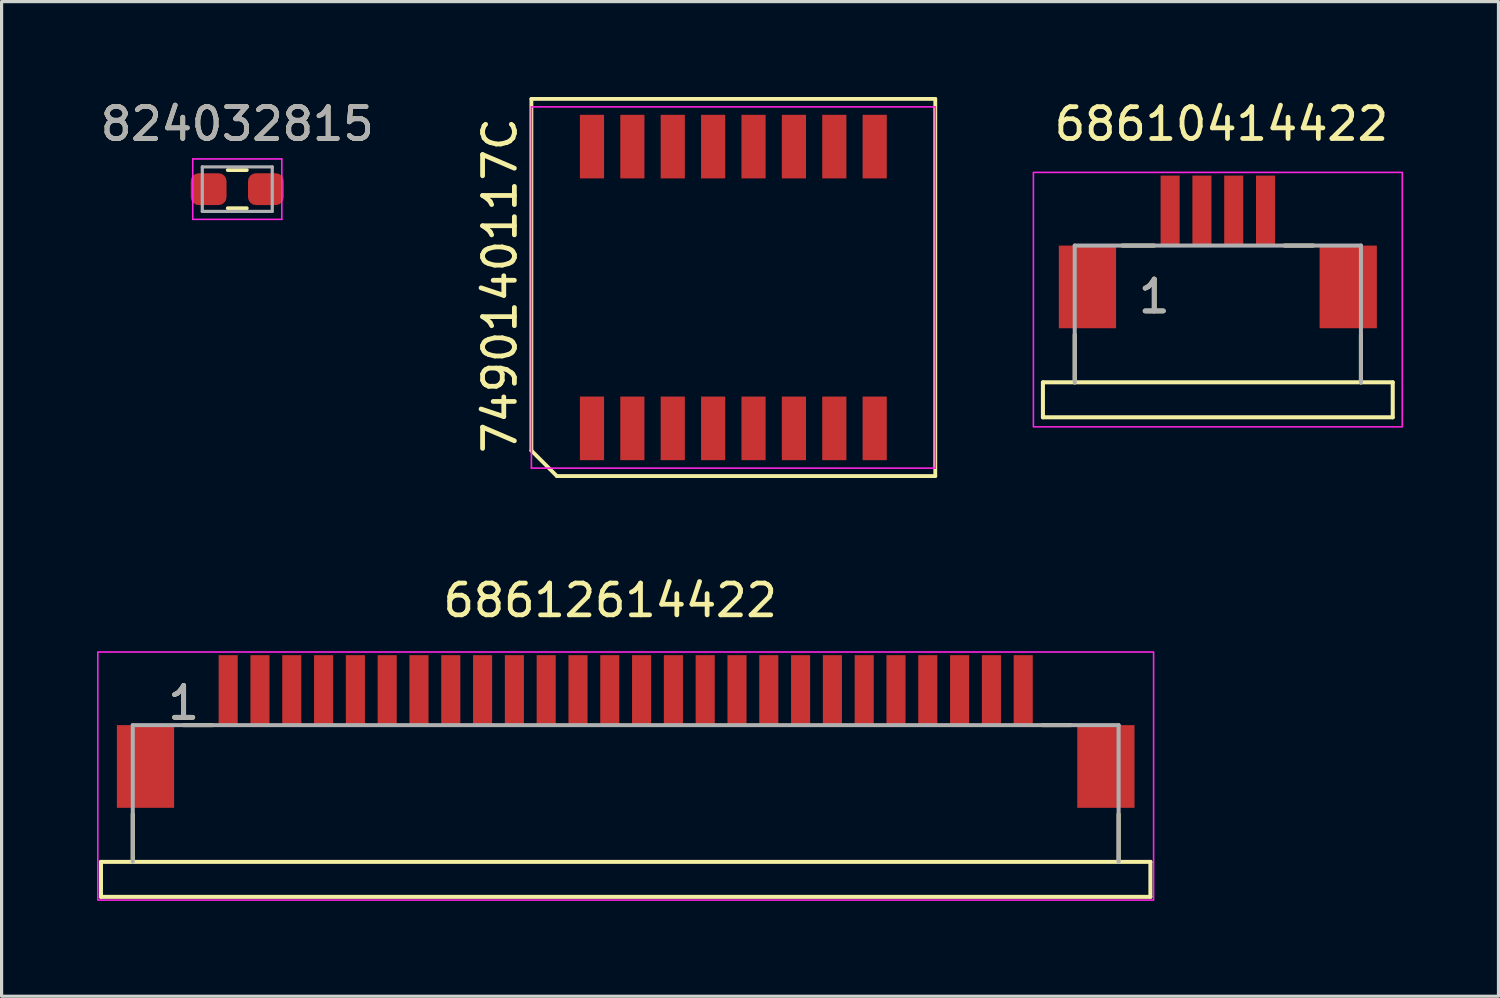
<source format=kicad_pcb>
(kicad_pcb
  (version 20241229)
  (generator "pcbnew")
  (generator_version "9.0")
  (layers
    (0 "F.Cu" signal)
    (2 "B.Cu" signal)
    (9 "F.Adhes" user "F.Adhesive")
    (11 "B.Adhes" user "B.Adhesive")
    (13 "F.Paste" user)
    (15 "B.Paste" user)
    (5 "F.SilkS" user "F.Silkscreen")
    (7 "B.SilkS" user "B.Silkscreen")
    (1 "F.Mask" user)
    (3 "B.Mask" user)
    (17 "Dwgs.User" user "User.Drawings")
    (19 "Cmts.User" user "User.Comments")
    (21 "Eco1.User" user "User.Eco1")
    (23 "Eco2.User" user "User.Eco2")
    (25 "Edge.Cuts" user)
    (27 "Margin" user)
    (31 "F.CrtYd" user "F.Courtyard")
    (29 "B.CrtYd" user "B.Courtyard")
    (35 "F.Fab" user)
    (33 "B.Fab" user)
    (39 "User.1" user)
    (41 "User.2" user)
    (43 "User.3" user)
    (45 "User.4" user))
  (footprint "68610414422"
    (layer "F.Cu")
    (at 35.245 5.972)
    (property "Reference" "68610414422" (at 0.113 -5.123 0) (layer "F.SilkS") (effects (font (size 1 1) (thickness 0.15))))
    (attr through_hole)
    (fp_line (start -5.5 3) (end -4.5 3) (stroke (width 0.127) (type solid)) (layer "F.SilkS"))
    (fp_line (start -5.5 4.1) (end -5.5 3) (stroke (width 0.127) (type solid)) (layer "F.SilkS"))
    (fp_line (start -4.5 1.5) (end -4.5 3) (stroke (width 0.127) (type solid)) (layer "F.SilkS"))
    (fp_line (start -4.5 3) (end 4.5 3) (stroke (width 0.127) (type solid)) (layer "F.SilkS"))
    (fp_line (start -3 -1.3) (end -2 -1.3) (stroke (width 0.127) (type solid)) (layer "F.SilkS"))
    (fp_line (start 2.1 -1.3) (end 3 -1.3) (stroke (width 0.127) (type solid)) (layer "F.SilkS"))
    (fp_line (start 4.5 3) (end 4.5 1.5) (stroke (width 0.127) (type solid)) (layer "F.SilkS"))
    (fp_line (start 4.5 3) (end 5.5 3) (stroke (width 0.127) (type solid)) (layer "F.SilkS"))
    (fp_line (start 5.5 3) (end 5.5 4.1) (stroke (width 0.127) (type solid)) (layer "F.SilkS"))
    (fp_line (start 5.5 4.1) (end -5.5 4.1) (stroke (width 0.127) (type solid)) (layer "F.SilkS"))
    (fp_rect (start -5.8 -3.6) (end 5.8 4.4) (stroke (width 0.05) (type solid)) (fill no) (layer "F.CrtYd"))
    (fp_line (start -4.5 -1.3) (end 4.5 -1.3) (stroke (width 0.127) (type solid)) (layer "F.Fab"))
    (fp_line (start -4.5 3) (end -4.5 -1.3) (stroke (width 0.127) (type solid)) (layer "F.Fab"))
    (fp_line (start 4.5 -1.3) (end 4.5 3) (stroke (width 0.127) (type solid)) (layer "F.Fab"))
    (fp_text user "1" (at -2 0.3 0) (layer "F.SilkS") (effects (font (size 1 1) (thickness 0.15))))
    (fp_text user "1" (at -2 0.3 0) (layer "F.Fab") (effects (font (size 1 1) (thickness 0.15))))
    (pad "1" smd rect (at -1.5 -2.4) (size 0.6 2.2) (layers "F.Cu" "F.Mask" "F.Paste"))
    (pad "2" smd rect (at -0.5 -2.4) (size 0.6 2.2) (layers "F.Cu" "F.Mask" "F.Paste"))
    (pad "3" smd rect (at 0.5 -2.4) (size 0.6 2.2) (layers "F.Cu" "F.Mask" "F.Paste"))
    (pad "4" smd rect (at 1.5 -2.4) (size 0.6 2.2) (layers "F.Cu" "F.Mask" "F.Paste"))
    (pad "Z1" smd rect (at -4.1 0) (size 1.8 2.6) (layers "F.Cu" "F.Mask" "F.Paste"))
    (pad "Z2" smd rect (at 4.1 0) (size 1.8 2.6) (layers "F.Cu" "F.Mask" "F.Paste")))
  (footprint "7490140117C"
    (layer "F.Cu")
    (at 20.01 5.99)
    (property "Reference" "7490140117C" (at -7.34 -0.06 90) (layer "F.SilkS") (effects (font (size 1 1) (thickness 0.15))))
    (attr smd)
    (fp_line (start -6.35 -5.93) (end 6.35 -5.93) (stroke (width 0.12) (type solid)) (layer "F.SilkS"))
    (fp_line (start -6.35 5.13) (end -6.35 -5.93) (stroke (width 0.12) (type solid)) (layer "F.SilkS"))
    (fp_line (start -5.55 5.93) (end -6.35 5.13) (stroke (width 0.12) (type solid)) (layer "F.SilkS"))
    (fp_line (start 6.35 -5.93) (end 6.35 5.93) (stroke (width 0.12) (type solid)) (layer "F.SilkS"))
    (fp_line (start 6.35 5.93) (end -5.55 5.93) (stroke (width 0.12) (type solid)) (layer "F.SilkS"))
    (fp_line (start -6.35 -5.68) (end 6.35 -5.68) (stroke (width 0.05) (type solid)) (layer "F.CrtYd"))
    (fp_line (start -6.35 5.68) (end -6.35 -5.68) (stroke (width 0.05) (type solid)) (layer "F.CrtYd"))
    (fp_line (start 6.35 -5.68) (end 6.35 5.68) (stroke (width 0.05) (type solid)) (layer "F.CrtYd"))
    (fp_line (start 6.35 5.68) (end -6.35 5.68) (stroke (width 0.05) (type solid)) (layer "F.CrtYd"))
    (pad "1" smd rect (at -4.445 4.43) (size 0.76 2) (layers "F.Cu" "F.Mask" "F.Paste"))
    (pad "2" smd rect (at -3.175 4.43) (size 0.76 2) (layers "F.Cu" "F.Mask" "F.Paste"))
    (pad "3" smd rect (at -1.905 4.43) (size 0.76 2) (layers "F.Cu" "F.Mask" "F.Paste"))
    (pad "4" smd rect (at -0.635 4.43) (size 0.76 2) (layers "F.Cu" "F.Mask" "F.Paste"))
    (pad "5" smd rect (at 0.635 4.43) (size 0.76 2) (layers "F.Cu" "F.Mask" "F.Paste"))
    (pad "6" smd rect (at 1.905 4.43) (size 0.76 2) (layers "F.Cu" "F.Mask" "F.Paste"))
    (pad "7" smd rect (at 3.175 4.43) (size 0.76 2) (layers "F.Cu" "F.Mask" "F.Paste"))
    (pad "8" smd rect (at 4.445 4.43) (size 0.76 2) (layers "F.Cu" "F.Mask" "F.Paste"))
    (pad "9" smd rect (at 4.445 -4.43) (size 0.76 2) (layers "F.Cu" "F.Mask" "F.Paste"))
    (pad "10" smd rect (at 3.175 -4.43) (size 0.76 2) (layers "F.Cu" "F.Mask" "F.Paste"))
    (pad "11" smd rect (at 1.905 -4.43) (size 0.76 2) (layers "F.Cu" "F.Mask" "F.Paste"))
    (pad "12" smd rect (at 0.635 -4.43) (size 0.76 2) (layers "F.Cu" "F.Mask" "F.Paste"))
    (pad "13" smd rect (at -0.635 -4.43) (size 0.76 2) (layers "F.Cu" "F.Mask" "F.Paste"))
    (pad "14" smd rect (at -1.905 -4.43) (size 0.76 2) (layers "F.Cu" "F.Mask" "F.Paste"))
    (pad "15" smd rect (at -3.175 -4.43) (size 0.76 2) (layers "F.Cu" "F.Mask" "F.Paste"))
    (pad "16" smd rect (at -4.445 -4.43) (size 0.76 2) (layers "F.Cu" "F.Mask" "F.Paste")))
  (footprint "824032815"
    (layer "F.Cu")
    (at 4.411 2.898)
    (property "Reference" "824032815" (at 0 -2.05 0) (layer "F.SilkS") (effects (font (size 1 1) (thickness 0.15))))
    (attr smd)
    (fp_line (start -0.3 -0.6) (end 0.3 -0.6) (stroke (width 0.12) (type default)) (layer "F.SilkS"))
    (fp_line (start -0.3 0.6) (end 0.3 0.6) (stroke (width 0.12) (type default)) (layer "F.SilkS"))
    (fp_line (start -1.4 -0.95) (end -1.4 0.95) (stroke (width 0.05) (type solid)) (layer "F.CrtYd"))
    (fp_line (start -1.4 -0.95) (end 1.4 -0.95) (stroke (width 0.05) (type solid)) (layer "F.CrtYd"))
    (fp_line (start -1.4 0.95) (end 1.4 0.95) (stroke (width 0.05) (type solid)) (layer "F.CrtYd"))
    (fp_line (start 1.4 -0.95) (end 1.4 0.95) (stroke (width 0.05) (type solid)) (layer "F.CrtYd"))
    (fp_line (start -1.1 -0.7) (end 1.1 -0.7) (stroke (width 0.1) (type solid)) (layer "F.Fab"))
    (fp_line (start -1.1 0.7) (end -1.1 -0.7) (stroke (width 0.1) (type solid)) (layer "F.Fab"))
    (fp_line (start 1.1 -0.7) (end 1.1 0.7) (stroke (width 0.1) (type solid)) (layer "F.Fab"))
    (fp_line (start 1.1 0.7) (end -1.1 0.7) (stroke (width 0.1) (type solid)) (layer "F.Fab"))
    (fp_text user "${REFERENCE}" (at 0 -2.05 0) (layer "F.Fab") (effects (font (size 1 1) (thickness 0.15))))
    (pad "1" smd roundrect (at -0.9 0) (size 1.125 1) (layers "F.Cu" "F.Mask" "F.Paste") (roundrect_rratio 0.25))
    (pad "2" smd roundrect (at 0.9 0) (size 1.125 1) (layers "F.Cu" "F.Mask" "F.Paste") (roundrect_rratio 0.25)))
  (footprint "68612614422"
    (layer "F.Cu")
    (at 16.625 21.052)
    (property "Reference" "68612614422" (at -0.487 -5.223 0) (layer "F.SilkS") (effects (font (size 1 1) (thickness 0.15))))
    (attr through_hole)
    (fp_line (start -16.5 3) (end -15.5 3) (stroke (width 0.127) (type solid)) (layer "F.SilkS"))
    (fp_line (start -16.5 4.1) (end -16.5 3) (stroke (width 0.127) (type solid)) (layer "F.SilkS"))
    (fp_line (start -15.5 1.5) (end -15.5 3) (stroke (width 0.127) (type solid)) (layer "F.SilkS"))
    (fp_line (start -15.5 3) (end 15.5 3) (stroke (width 0.127) (type solid)) (layer "F.SilkS"))
    (fp_line (start -13.9 -1.3) (end -13 -1.3) (stroke (width 0.127) (type solid)) (layer "F.SilkS"))
    (fp_line (start 13.1 -1.3) (end 14 -1.3) (stroke (width 0.127) (type solid)) (layer "F.SilkS"))
    (fp_line (start 15.5 1.5) (end 15.5 3) (stroke (width 0.127) (type solid)) (layer "F.SilkS"))
    (fp_line (start 15.5 3) (end 16.5 3) (stroke (width 0.127) (type solid)) (layer "F.SilkS"))
    (fp_line (start 16.5 3) (end 16.5 4.1) (stroke (width 0.127) (type solid)) (layer "F.SilkS"))
    (fp_line (start 16.5 4.1) (end -16.5 4.1) (stroke (width 0.127) (type solid)) (layer "F.SilkS"))
    (fp_rect (start -16.6 -3.6) (end 16.6 4.2) (stroke (width 0.05) (type solid)) (fill no) (layer "F.CrtYd"))
    (fp_line (start -15.5 -1.3) (end 15.5 -1.3) (stroke (width 0.127) (type solid)) (layer "F.Fab"))
    (fp_line (start -15.5 3) (end -15.5 -1.3) (stroke (width 0.127) (type solid)) (layer "F.Fab"))
    (fp_line (start 15.5 -1.3) (end 15.5 3) (stroke (width 0.127) (type solid)) (layer "F.Fab"))
    (fp_text user "1" (at -13.9 -2 0) (layer "F.SilkS") (effects (font (size 1 1) (thickness 0.15))))
    (fp_text user "1" (at -13.9 -2 0) (layer "F.Fab") (effects (font (size 1 1) (thickness 0.15))))
    (pad "1" smd rect (at -12.5 -2.4) (size 0.6 2.2) (layers "F.Cu" "F.Mask" "F.Paste"))
    (pad "2" smd rect (at -11.5 -2.4) (size 0.6 2.2) (layers "F.Cu" "F.Mask" "F.Paste"))
    (pad "3" smd rect (at -10.5 -2.4) (size 0.6 2.2) (layers "F.Cu" "F.Mask" "F.Paste"))
    (pad "4" smd rect (at -9.5 -2.4) (size 0.6 2.2) (layers "F.Cu" "F.Mask" "F.Paste"))
    (pad "5" smd rect (at -8.5 -2.4) (size 0.6 2.2) (layers "F.Cu" "F.Mask" "F.Paste"))
    (pad "6" smd rect (at -7.5 -2.4) (size 0.6 2.2) (layers "F.Cu" "F.Mask" "F.Paste"))
    (pad "7" smd rect (at -6.5 -2.4) (size 0.6 2.2) (layers "F.Cu" "F.Mask" "F.Paste"))
    (pad "8" smd rect (at -5.5 -2.4) (size 0.6 2.2) (layers "F.Cu" "F.Mask" "F.Paste"))
    (pad "9" smd rect (at -4.5 -2.4) (size 0.6 2.2) (layers "F.Cu" "F.Mask" "F.Paste"))
    (pad "10" smd rect (at -3.5 -2.4) (size 0.6 2.2) (layers "F.Cu" "F.Mask" "F.Paste"))
    (pad "11" smd rect (at -2.5 -2.4) (size 0.6 2.2) (layers "F.Cu" "F.Mask" "F.Paste"))
    (pad "12" smd rect (at -1.5 -2.4) (size 0.6 2.2) (layers "F.Cu" "F.Mask" "F.Paste"))
    (pad "13" smd rect (at -0.5 -2.4) (size 0.6 2.2) (layers "F.Cu" "F.Mask" "F.Paste"))
    (pad "14" smd rect (at 0.5 -2.4) (size 0.6 2.2) (layers "F.Cu" "F.Mask" "F.Paste"))
    (pad "15" smd rect (at 1.5 -2.4) (size 0.6 2.2) (layers "F.Cu" "F.Mask" "F.Paste"))
    (pad "16" smd rect (at 2.5 -2.4) (size 0.6 2.2) (layers "F.Cu" "F.Mask" "F.Paste"))
    (pad "17" smd rect (at 3.5 -2.4) (size 0.6 2.2) (layers "F.Cu" "F.Mask" "F.Paste"))
    (pad "18" smd rect (at 4.5 -2.4) (size 0.6 2.2) (layers "F.Cu" "F.Mask" "F.Paste"))
    (pad "19" smd rect (at 5.5 -2.4) (size 0.6 2.2) (layers "F.Cu" "F.Mask" "F.Paste"))
    (pad "20" smd rect (at 6.5 -2.4) (size 0.6 2.2) (layers "F.Cu" "F.Mask" "F.Paste"))
    (pad "21" smd rect (at 7.5 -2.4) (size 0.6 2.2) (layers "F.Cu" "F.Mask" "F.Paste"))
    (pad "22" smd rect (at 8.5 -2.4) (size 0.6 2.2) (layers "F.Cu" "F.Mask" "F.Paste"))
    (pad "23" smd rect (at 9.5 -2.4) (size 0.6 2.2) (layers "F.Cu" "F.Mask" "F.Paste"))
    (pad "24" smd rect (at 10.5 -2.4) (size 0.6 2.2) (layers "F.Cu" "F.Mask" "F.Paste"))
    (pad "25" smd rect (at 11.5 -2.4) (size 0.6 2.2) (layers "F.Cu" "F.Mask" "F.Paste"))
    (pad "26" smd rect (at 12.5 -2.4) (size 0.6 2.2) (layers "F.Cu" "F.Mask" "F.Paste"))
    (pad "Z1" smd rect (at -15.1 0) (size 1.8 2.6) (layers "F.Cu" "F.Mask" "F.Paste"))
    (pad "Z2" smd rect (at 15.1 0) (size 1.8 2.6) (layers "F.Cu" "F.Mask" "F.Paste")))
  (gr_rect
    (start -3 -3)
    (end 44.07 28.277)
    (stroke (width 0.1) (type default))
    (fill no)
    (layer "Edge.Cuts")))
</source>
